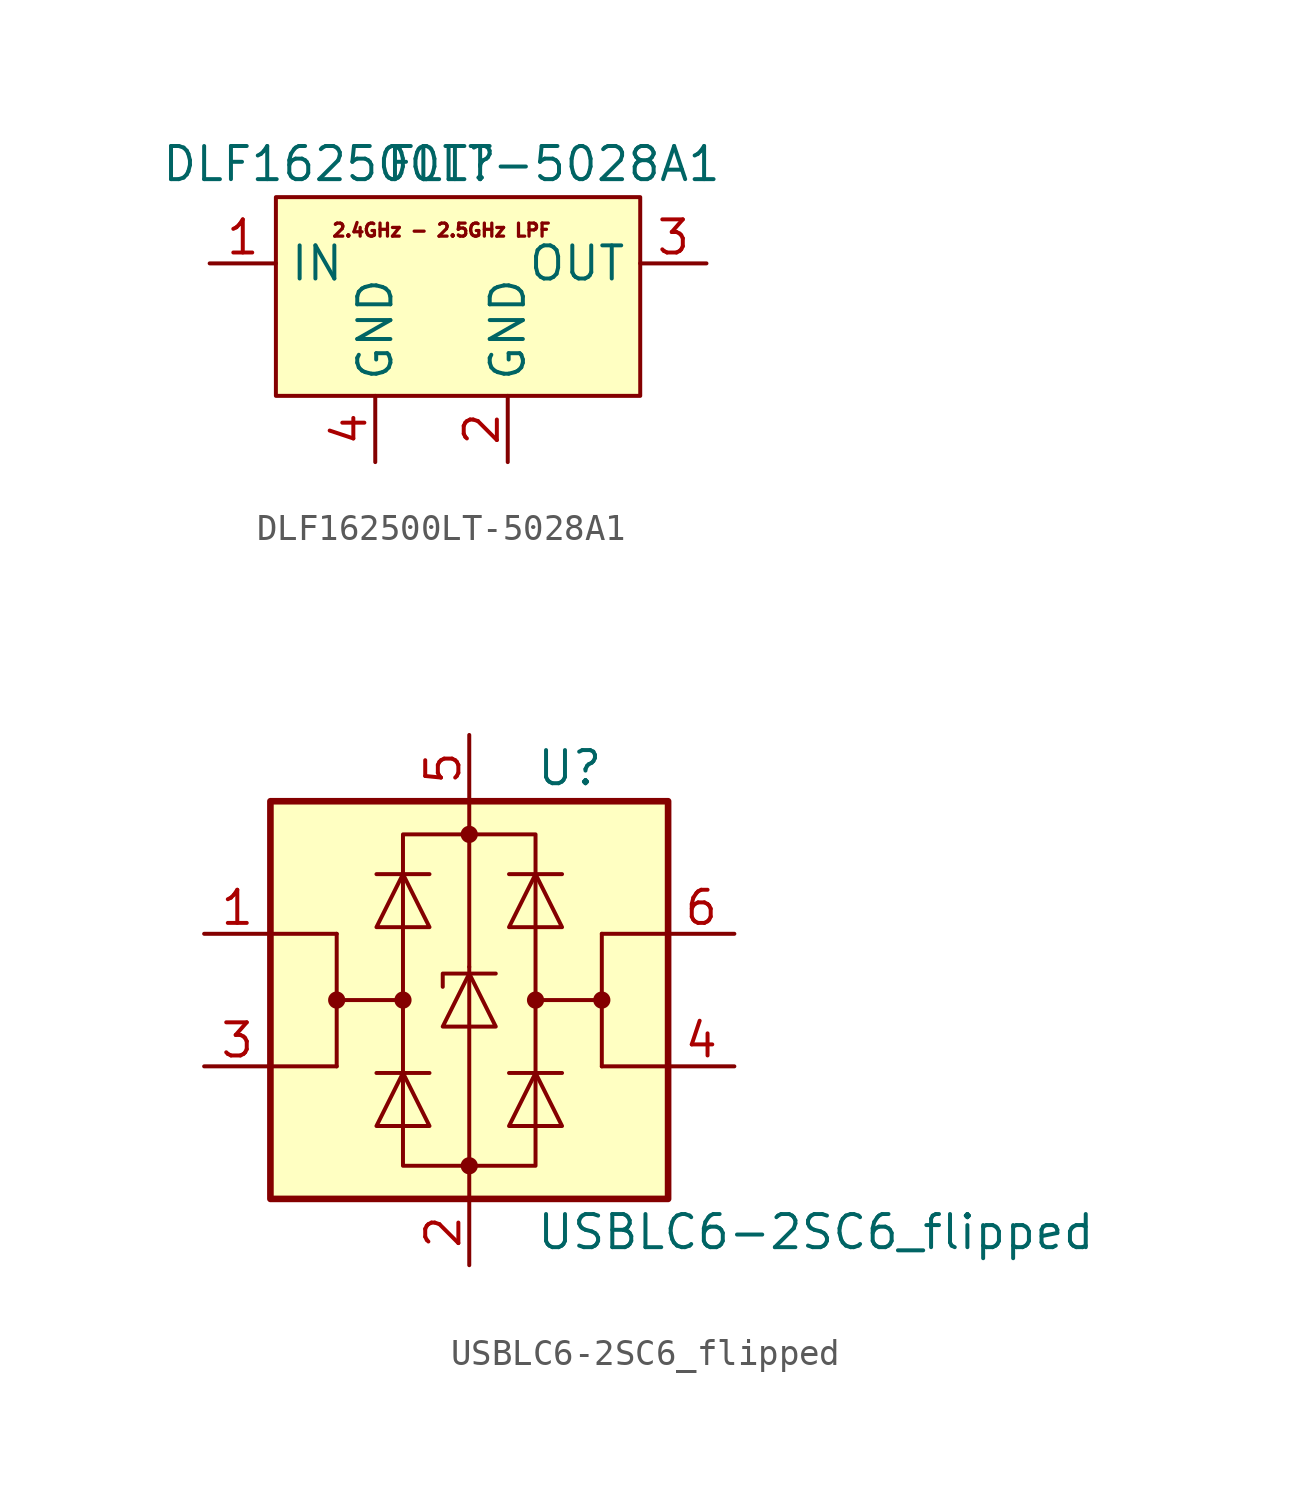
<source format=kicad_sym>
(kicad_symbol_lib
  (version 20220914)
  (generator kicad_symbol_editor)
  (symbol "DLF162500LT-5028A1"
    (property "Reference" "FLT"
      (at 0 2.54 0)
      (effects (font (size 1.27 1.27))))
    (property "Value" "DLF162500LT-5028A1"
      (at 0 2.54 0)
      (effects (font (size 1.27 1.27))))
    (symbol "DLF162500LT-5028A1_0_0"
      (pin passive line (at 2.54 -8.89 90) (length 2.54) (name "GND" (effects (font (size 1.27 1.27)))) (number "2" (effects (font (size 1.27 1.27)))))
      (pin passive line (at 10.16 -1.27 180) (length 2.54) (name "OUT" (effects (font (size 1.27 1.27)))) (number "3" (effects (font (size 1.27 1.27)))))
      (pin passive line (at -2.54 -8.89 90) (length 2.54) (name "GND" (effects (font (size 1.27 1.27)))) (number "4" (effects (font (size 1.27 1.27))))))
    (symbol "DLF162500LT-5028A1_1_0"
      (pin passive line (at -8.89 -1.27 0) (length 2.54) (name "IN" (effects (font (size 1.27 1.27)))) (number "1" (effects (font (size 1.27 1.27))))))
    (symbol "DLF162500LT-5028A1_1_1"
      (rectangle (start -6.35 1.27) (end 7.62 -6.35) (stroke (width 0) (type default)) (fill (type background)))
      (text "2.4GHz - 2.5GHz LPF" (at 0 0 0) (effects (font (size 0.5 0.5))))))
  (symbol "USBLC6-2SC6_flipped"
    (pin_names hide)
    (property "Reference" "U"
      (at 2.54 8.89 0)
      (effects (font (size 1.27 1.27)) (justify left)))
    (property "Value" "USBLC6-2SC6_flipped"
      (at 2.54 -8.89 0)
      (effects (font (size 1.27 1.27)) (justify left)))
    (symbol "USBLC6-2SC6_flipped_0_1"
      (rectangle (start -7.62 -7.62) (end 7.62 7.62) (stroke (width 0.254) (type default)) (fill (type background)))
      (circle (center -5.08 0) (radius 0.254) (stroke (width 0) (type default)) (fill (type outline)))
      (circle (center -2.54 0) (radius 0.254) (stroke (width 0) (type default)) (fill (type outline)))
      (rectangle (start -2.54 6.35) (end 2.54 -6.35) (stroke (width 0) (type default)) (fill (type none)))
      (circle (center 0 -6.35) (radius 0.254) (stroke (width 0) (type default)) (fill (type outline)))
      (polyline (pts (xy -5.08 -2.54) (xy -7.62 -2.54)) (stroke (width 0) (type default)) (fill (type none)))
      (polyline (pts (xy -5.08 0) (xy -5.08 -2.54)) (stroke (width 0) (type default)) (fill (type none)))
      (polyline (pts (xy -5.08 2.54) (xy -7.62 2.54)) (stroke (width 0) (type default)) (fill (type none)))
      (polyline (pts (xy -1.524 -2.794) (xy -3.556 -2.794)) (stroke (width 0) (type default)) (fill (type none)))
      (polyline (pts (xy -1.524 4.826) (xy -3.556 4.826)) (stroke (width 0) (type default)) (fill (type none)))
      (polyline (pts (xy 0 -7.62) (xy 0 -6.35)) (stroke (width 0) (type default)) (fill (type none)))
      (polyline (pts (xy 0 -6.35) (xy 0 1.27)) (stroke (width 0) (type default)) (fill (type none)))
      (polyline (pts (xy 0 1.27) (xy 0 6.35)) (stroke (width 0) (type default)) (fill (type none)))
      (polyline (pts (xy 0 6.35) (xy 0 7.62)) (stroke (width 0) (type default)) (fill (type none)))
      (polyline (pts (xy 1.524 -2.794) (xy 3.556 -2.794)) (stroke (width 0) (type default)) (fill (type none)))
      (polyline (pts (xy 1.524 4.826) (xy 3.556 4.826)) (stroke (width 0) (type default)) (fill (type none)))
      (polyline (pts (xy 5.08 -2.54) (xy 7.62 -2.54)) (stroke (width 0) (type default)) (fill (type none)))
      (polyline (pts (xy 5.08 0) (xy 5.08 -2.54)) (stroke (width 0) (type default)) (fill (type none)))
      (polyline (pts (xy 5.08 2.54) (xy 7.62 2.54)) (stroke (width 0) (type default)) (fill (type none)))
      (polyline (pts (xy -2.54 0) (xy -5.08 0) (xy -5.08 2.54)) (stroke (width 0) (type default)) (fill (type none)))
      (polyline (pts (xy 2.54 0) (xy 5.08 0) (xy 5.08 2.54)) (stroke (width 0) (type default)) (fill (type none)))
      (polyline (pts (xy -3.556 -4.826) (xy -1.524 -4.826) (xy -2.54 -2.794) (xy -3.556 -4.826)) (stroke (width 0) (type default)) (fill (type none)))
      (polyline (pts (xy -3.556 2.794) (xy -1.524 2.794) (xy -2.54 4.826) (xy -3.556 2.794)) (stroke (width 0) (type default)) (fill (type none)))
      (polyline (pts (xy -1.016 -1.016) (xy 1.016 -1.016) (xy 0 1.016) (xy -1.016 -1.016)) (stroke (width 0) (type default)) (fill (type none)))
      (polyline (pts (xy 1.016 1.016) (xy 0.762 1.016) (xy -1.016 1.016) (xy -1.016 0.508)) (stroke (width 0) (type default)) (fill (type none)))
      (polyline (pts (xy 3.556 -4.826) (xy 1.524 -4.826) (xy 2.54 -2.794) (xy 3.556 -4.826)) (stroke (width 0) (type default)) (fill (type none)))
      (polyline (pts (xy 3.556 2.794) (xy 1.524 2.794) (xy 2.54 4.826) (xy 3.556 2.794)) (stroke (width 0) (type default)) (fill (type none)))
      (circle (center 0 6.35) (radius 0.254) (stroke (width 0) (type default)) (fill (type outline)))
      (circle (center 2.54 0) (radius 0.254) (stroke (width 0) (type default)) (fill (type outline)))
      (circle (center 5.08 0) (radius 0.254) (stroke (width 0) (type default)) (fill (type outline))))
    (symbol "USBLC6-2SC6_flipped_1_1"
      (pin passive line (at -10.16 2.54 0) (length 2.54) (name "I/O1" (effects (font (size 1.27 1.27)))) (number "1" (effects (font (size 1.27 1.27)))))
      (pin passive line (at 0 -10.16 90) (length 2.54) (name "GND" (effects (font (size 1.27 1.27)))) (number "2" (effects (font (size 1.27 1.27)))))
      (pin passive line (at -10.16 -2.54 0) (length 2.54) (name "I/O2" (effects (font (size 1.27 1.27)))) (number "3" (effects (font (size 1.27 1.27)))))
      (pin passive line (at 10.16 -2.54 180) (length 2.54) (name "I/O2" (effects (font (size 1.27 1.27)))) (number "4" (effects (font (size 1.27 1.27)))))
      (pin passive line (at 0 10.16 270) (length 2.54) (name "VBUS" (effects (font (size 1.27 1.27)))) (number "5" (effects (font (size 1.27 1.27)))))
      (pin passive line (at 10.16 2.54 180) (length 2.54) (name "I/O1" (effects (font (size 1.27 1.27)))) (number "6" (effects (font (size 1.27 1.27))))))))
</source>
